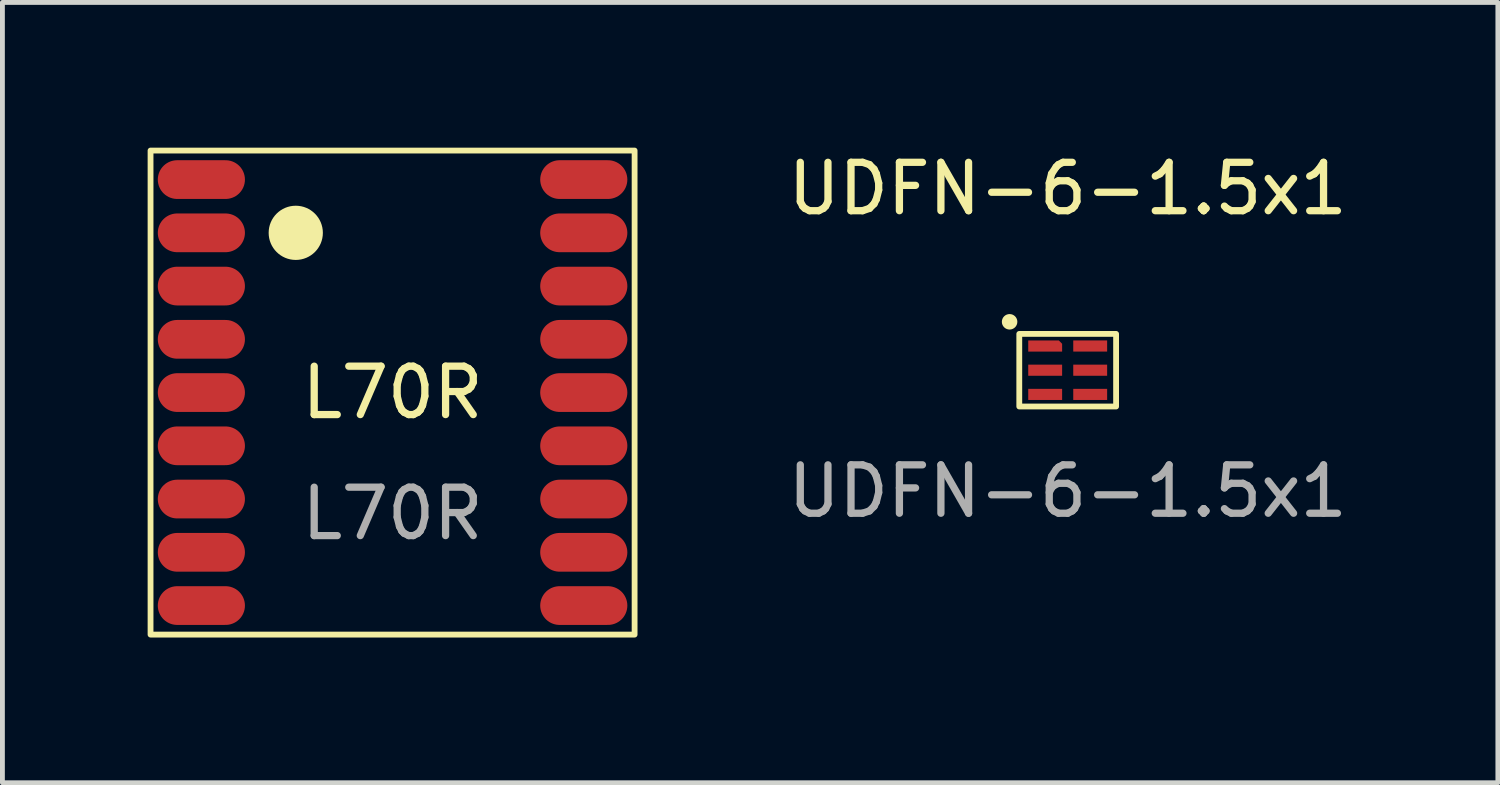
<source format=kicad_pcb>
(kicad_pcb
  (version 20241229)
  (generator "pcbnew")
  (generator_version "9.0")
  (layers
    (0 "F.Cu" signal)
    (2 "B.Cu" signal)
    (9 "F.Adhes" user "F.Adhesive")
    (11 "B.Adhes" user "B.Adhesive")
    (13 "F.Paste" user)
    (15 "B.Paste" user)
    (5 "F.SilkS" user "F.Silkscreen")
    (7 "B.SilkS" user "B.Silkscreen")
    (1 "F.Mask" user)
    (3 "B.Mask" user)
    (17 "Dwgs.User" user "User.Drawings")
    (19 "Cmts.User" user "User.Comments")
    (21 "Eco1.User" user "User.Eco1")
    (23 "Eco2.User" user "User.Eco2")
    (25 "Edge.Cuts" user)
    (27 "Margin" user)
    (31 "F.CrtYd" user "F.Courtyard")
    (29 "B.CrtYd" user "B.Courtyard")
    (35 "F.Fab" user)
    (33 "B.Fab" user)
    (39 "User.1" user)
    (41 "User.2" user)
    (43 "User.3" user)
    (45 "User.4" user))
  (footprint "L70R"
    (layer "F.Cu")
    (at 5.06 5.06)
    (property "Reference" "L70R" (at 0 0 0) (unlocked yes) (layer "F.SilkS") (effects (font (size 1 1) (thickness 0.15))))
    (attr smd)
    (fp_rect (start -5 -5) (end 5 5) (stroke (width 0.12) (type solid)) (fill no) (layer "F.SilkS"))
    (fp_circle (center -2 -3.3) (end -1.5 -3.3) (stroke (width 0.12) (type solid)) (fill yes) (layer "F.SilkS"))
    (fp_text user "${REFERENCE}" (at 0 2.5 0) (unlocked yes) (layer "F.Fab") (effects (font (size 1 1) (thickness 0.15))))
    (pad "1" smd oval (at 3.95 4.4) (size 1.8 0.8) (layers "F.Cu" "F.Mask" "F.Paste"))
    (pad "2" smd oval (at 3.95 3.3) (size 1.8 0.8) (layers "F.Cu" "F.Mask" "F.Paste"))
    (pad "3" smd oval (at 3.95 2.2) (size 1.8 0.8) (layers "F.Cu" "F.Mask" "F.Paste"))
    (pad "4" smd oval (at 3.95 1.1) (size 1.8 0.8) (layers "F.Cu" "F.Mask" "F.Paste"))
    (pad "5" smd oval (at 3.95 0) (size 1.8 0.8) (layers "F.Cu" "F.Mask" "F.Paste"))
    (pad "6" smd oval (at 3.95 -1.1) (size 1.8 0.8) (layers "F.Cu" "F.Mask" "F.Paste"))
    (pad "7" smd oval (at 3.95 -2.2) (size 1.8 0.8) (layers "F.Cu" "F.Mask" "F.Paste"))
    (pad "8" smd oval (at 3.95 -3.3) (size 1.8 0.8) (layers "F.Cu" "F.Mask" "F.Paste"))
    (pad "9" smd oval (at 3.95 -4.4) (size 1.8 0.8) (layers "F.Cu" "F.Mask" "F.Paste"))
    (pad "10" smd oval (at -3.95 -4.4) (size 1.8 0.8) (layers "F.Cu" "F.Mask" "F.Paste"))
    (pad "11" smd oval (at -3.95 -3.3) (size 1.8 0.8) (layers "F.Cu" "F.Mask" "F.Paste"))
    (pad "12" smd oval (at -3.95 -2.2) (size 1.8 0.8) (layers "F.Cu" "F.Mask" "F.Paste"))
    (pad "13" smd oval (at -3.95 -1.1) (size 1.8 0.8) (layers "F.Cu" "F.Mask" "F.Paste"))
    (pad "14" smd oval (at -3.95 0) (size 1.8 0.8) (layers "F.Cu" "F.Mask" "F.Paste"))
    (pad "15" smd oval (at -3.95 1.1) (size 1.8 0.8) (layers "F.Cu" "F.Mask" "F.Paste"))
    (pad "16" smd oval (at -3.95 2.2) (size 1.8 0.8) (layers "F.Cu" "F.Mask" "F.Paste"))
    (pad "17" smd oval (at -3.95 3.3) (size 1.8 0.8) (layers "F.Cu" "F.Mask" "F.Paste"))
    (pad "18" smd oval (at -3.95 4.4) (size 1.8 0.8) (layers "F.Cu" "F.Mask" "F.Paste")))
  (footprint "UDFN-6-1.5x1"
    (layer "F.Cu")
    (at 19.007 4.598)
    (property "Reference" "UDFN-6-1.5x1" (at 0 -3.75 0) (unlocked yes) (layer "F.SilkS") (effects (font (size 1 1) (thickness 0.15))))
    (attr smd)
    (fp_rect (start -1 -0.75) (end 1 0.75) (stroke (width 0.12) (type solid)) (fill no) (layer "F.SilkS"))
    (fp_circle (center -1.2 -1) (end -1.1 -1) (stroke (width 0.12) (type solid)) (fill yes) (layer "F.SilkS"))
    (fp_text user "${REFERENCE}" (at 0 2.5 0) (unlocked yes) (layer "F.Fab") (effects (font (size 1 1) (thickness 0.15))))
    (pad "1" smd roundrect (at -0.465 -0.5) (size 0.7 0.23) (layers "F.Cu" "F.Mask" "F.Paste") (roundrect_rratio 0) (chamfer_ratio 0.3) (chamfer top_right))
    (pad "2" smd rect (at -0.465 0) (size 0.7 0.23) (layers "F.Cu" "F.Mask" "F.Paste"))
    (pad "3" smd rect (at -0.465 0.5) (size 0.7 0.23) (layers "F.Cu" "F.Mask" "F.Paste"))
    (pad "4" smd rect (at 0.465 0.5) (size 0.7 0.23) (layers "F.Cu" "F.Mask" "F.Paste"))
    (pad "5" smd rect (at 0.465 0) (size 0.7 0.23) (layers "F.Cu" "F.Mask" "F.Paste"))
    (pad "6" smd rect (at 0.465 -0.5) (size 0.7 0.23) (layers "F.Cu" "F.Mask" "F.Paste")))
  (gr_rect
    (start -3 -3)
    (end 27.894 13.12)
    (stroke (width 0.1) (type default))
    (fill no)
    (layer "Edge.Cuts")))
</source>
